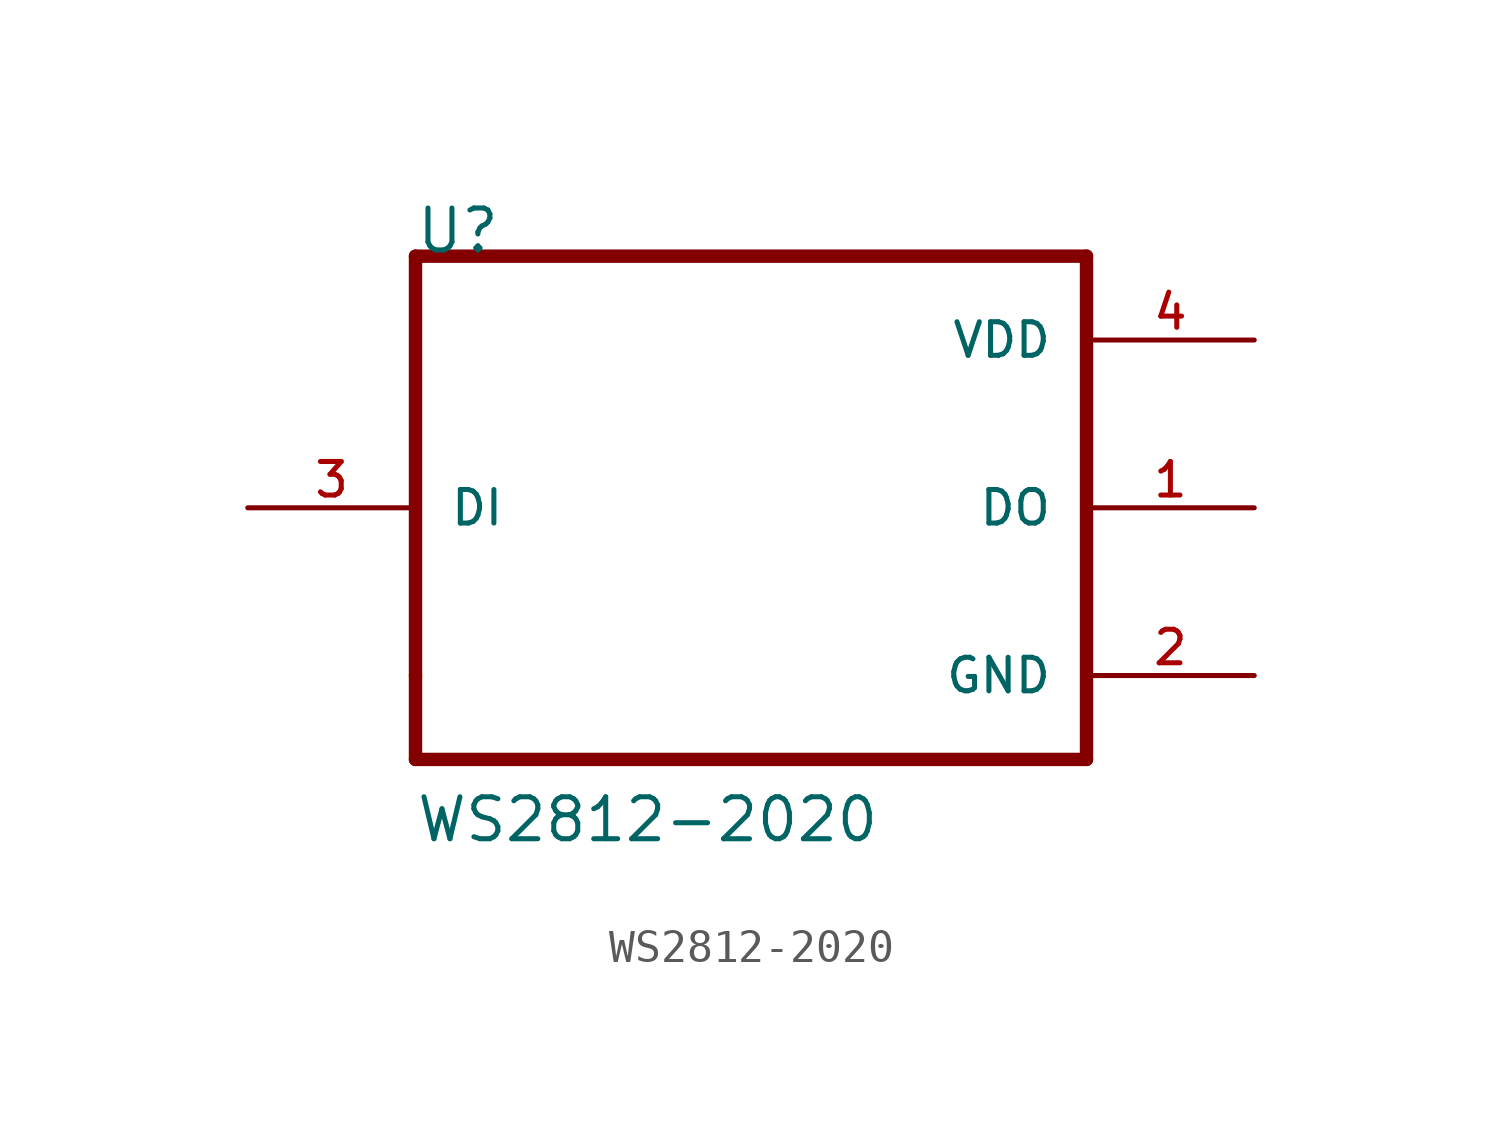
<source format=kicad_sym>
(kicad_symbol_lib
  (version 20211014)
  (generator kicad_symbol_editor)
  (symbol "WS2812-2020"
    (pin_names
      (offset 1.016))
    (property "Reference" "U"
      (at -10.185 7.645 0)
      (effects (font (size 1.27 1.27)) (justify left bottom)))
    (property "Value" "WS2812-2020"
      (at -10.185 -10.185 0)
      (effects (font (size 1.27 1.27)) (justify left bottom)))
    (property "ki_locked" ""
      (at 0 0 0)
      (effects (font (size 1.27 1.27))))
    (symbol "WS2812-2020_0_0"
      (polyline (pts (xy -10.16 -7.62) (xy -10.16 -5.08)) (stroke (width 0.406) (type default) (color 0 0 0 0)) (fill (type none)))
      (polyline (pts (xy -10.16 -5.08) (xy -10.16 7.62)) (stroke (width 0.406) (type default) (color 0 0 0 0)) (fill (type none)))
      (polyline (pts (xy -10.16 7.62) (xy 10.16 7.62)) (stroke (width 0.406) (type default) (color 0 0 0 0)) (fill (type none)))
      (polyline (pts (xy 10.16 -7.62) (xy -10.16 -7.62)) (stroke (width 0.406) (type default) (color 0 0 0 0)) (fill (type none)))
      (polyline (pts (xy 10.16 7.62) (xy 10.16 -7.62)) (stroke (width 0.406) (type default) (color 0 0 0 0)) (fill (type none)))
      (pin output line (at 15.24 0 180) (length 5.08) (name "DO" (effects (font (size 1.016 1.016)))) (number "1" (effects (font (size 1.016 1.016)))))
      (pin power_in line (at 15.24 -5.08 180) (length 5.08) (name "GND" (effects (font (size 1.016 1.016)))) (number "2" (effects (font (size 1.016 1.016)))))
      (pin input line (at -15.24 0 0) (length 5.08) (name "DI" (effects (font (size 1.016 1.016)))) (number "3" (effects (font (size 1.016 1.016)))))
      (pin power_in line (at 15.24 5.08 180) (length 5.08) (name "VDD" (effects (font (size 1.016 1.016)))) (number "4" (effects (font (size 1.016 1.016))))))))
</source>
